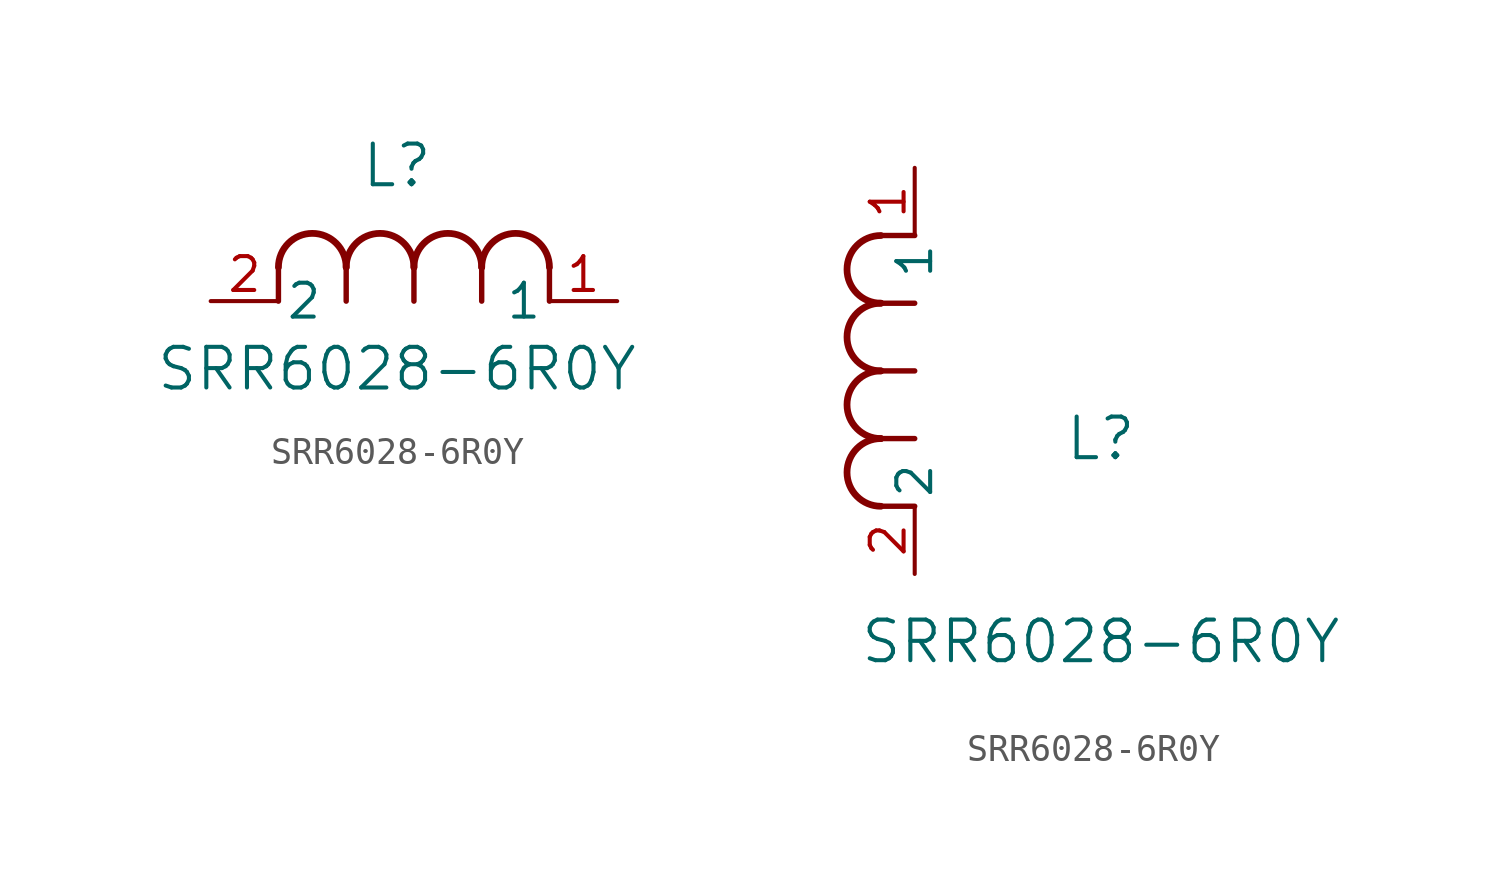
<source format=kicad_sym>
(kicad_symbol_lib
  (version 20211014)
  (generator kicad_symbol_editor)
  (symbol "SRR6028-6R0Y"
    (pin_names
      (offset 0.254))
    (property "Reference" "L"
      (at 6.985 5.08 0)
      (effects (font (size 1.524 1.524))))
    (property "Value" "SRR6028-6R0Y"
      (at 6.985 -2.54 0)
      (effects (font (size 1.524 1.524))))
    (symbol "SRR6028-6R0Y_1_1"
      (arc (start 7.62 1.27) (mid 6.35 2.54) (end 5.08 1.27) (stroke (width 0.254) (type default) (color 0 0 0 0)) (fill (type none)))
      (polyline (pts (xy 5.08 0) (xy 5.08 1.27)) (stroke (width 0.203) (type default) (color 0 0 0 0)) (fill (type none)))
      (polyline (pts (xy 7.62 0) (xy 7.62 1.27)) (stroke (width 0.203) (type default) (color 0 0 0 0)) (fill (type none)))
      (polyline (pts (xy 12.7 0) (xy 12.7 1.27)) (stroke (width 0.203) (type default) (color 0 0 0 0)) (fill (type none)))
      (arc (start 5.08 1.27) (mid 3.81 2.54) (end 2.54 1.27) (stroke (width 0.254) (type default) (color 0 0 0 0)) (fill (type none)))
      (arc (start 10.16 1.27) (mid 8.89 2.54) (end 7.62 1.27) (stroke (width 0.254) (type default) (color 0 0 0 0)) (fill (type none)))
      (arc (start 12.7 1.27) (mid 11.43 2.54) (end 10.16 1.27) (stroke (width 0.254) (type default) (color 0 0 0 0)) (fill (type none)))
      (polyline (pts (xy 2.54 0) (xy 2.54 1.27)) (stroke (width 0.203) (type default) (color 0 0 0 0)) (fill (type none)))
      (polyline (pts (xy 10.16 0) (xy 10.16 1.27)) (stroke (width 0.203) (type default) (color 0 0 0 0)) (fill (type none)))
      (pin unspecified line (at 0 0 0) (length 2.54) (name "2" (effects (font (size 1.27 1.27)))) (number "2" (effects (font (size 1.27 1.27)))))
      (pin unspecified line (at 15.24 0 180) (length 2.54) (name "1" (effects (font (size 1.27 1.27)))) (number "1" (effects (font (size 1.27 1.27))))))
    (symbol "SRR6028-6R0Y_1_2"
      (arc (start -1.27 7.62) (mid -2.54 6.35) (end -1.27 5.08) (stroke (width 0.254) (type default) (color 0 0 0 0)) (fill (type none)))
      (arc (start -1.27 5.08) (mid -2.54 3.81) (end -1.27 2.54) (stroke (width 0.254) (type default) (color 0 0 0 0)) (fill (type none)))
      (arc (start -1.27 12.7) (mid -2.54 11.43) (end -1.27 10.16) (stroke (width 0.254) (type default) (color 0 0 0 0)) (fill (type none)))
      (arc (start -1.27 10.16) (mid -2.54 8.89) (end -1.27 7.62) (stroke (width 0.254) (type default) (color 0 0 0 0)) (fill (type none)))
      (polyline (pts (xy 0 7.62) (xy -1.27 7.62)) (stroke (width 0.203) (type default) (color 0 0 0 0)) (fill (type none)))
      (polyline (pts (xy 0 5.08) (xy -1.27 5.08)) (stroke (width 0.203) (type default) (color 0 0 0 0)) (fill (type none)))
      (polyline (pts (xy 0 12.7) (xy -1.27 12.7)) (stroke (width 0.203) (type default) (color 0 0 0 0)) (fill (type none)))
      (polyline (pts (xy 0 2.54) (xy -1.27 2.54)) (stroke (width 0.203) (type default) (color 0 0 0 0)) (fill (type none)))
      (polyline (pts (xy 0 10.16) (xy -1.27 10.16)) (stroke (width 0.203) (type default) (color 0 0 0 0)) (fill (type none)))
      (pin unspecified line (at 0 0 90) (length 2.54) (name "2" (effects (font (size 1.27 1.27)))) (number "2" (effects (font (size 1.27 1.27)))))
      (pin unspecified line (at 0 15.24 270) (length 2.54) (name "1" (effects (font (size 1.27 1.27)))) (number "1" (effects (font (size 1.27 1.27))))))))
</source>
